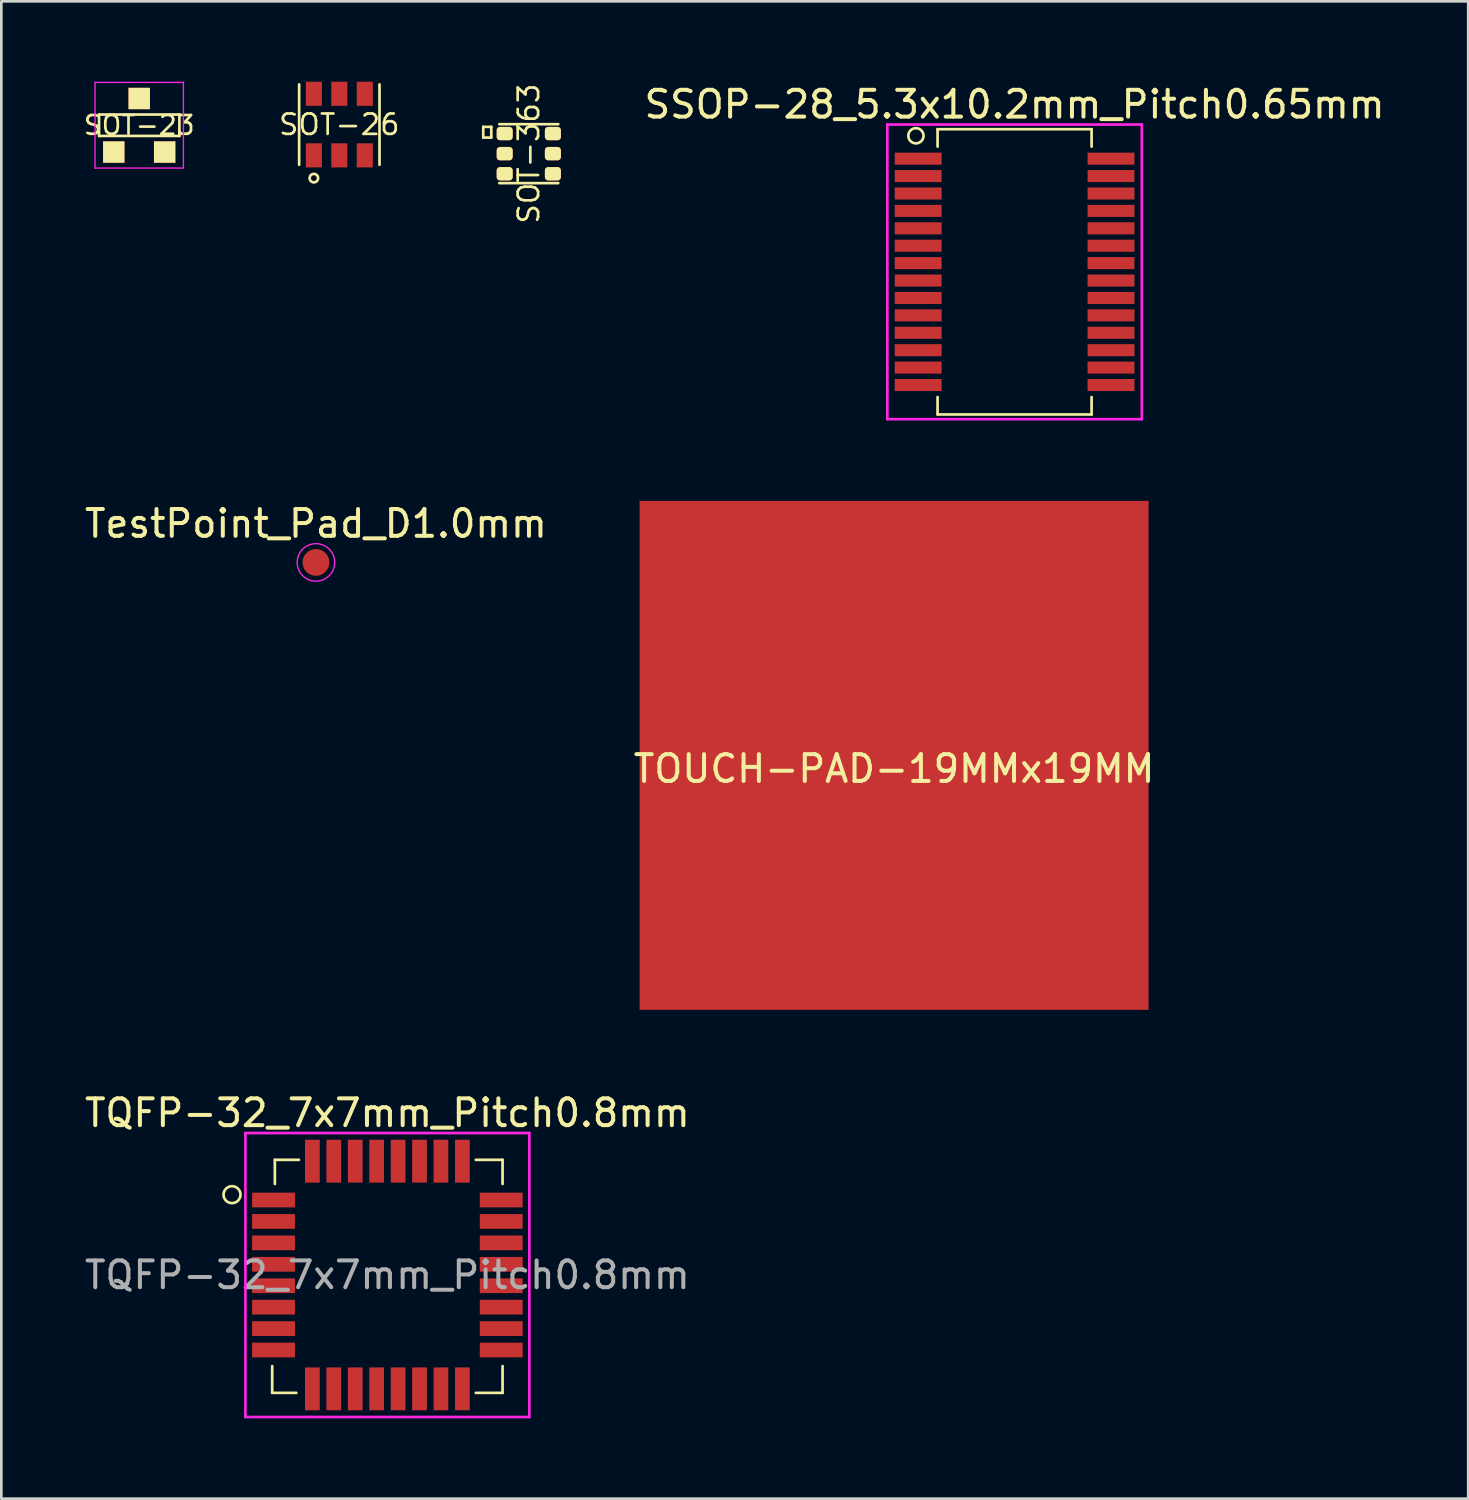
<source format=kicad_pcb>
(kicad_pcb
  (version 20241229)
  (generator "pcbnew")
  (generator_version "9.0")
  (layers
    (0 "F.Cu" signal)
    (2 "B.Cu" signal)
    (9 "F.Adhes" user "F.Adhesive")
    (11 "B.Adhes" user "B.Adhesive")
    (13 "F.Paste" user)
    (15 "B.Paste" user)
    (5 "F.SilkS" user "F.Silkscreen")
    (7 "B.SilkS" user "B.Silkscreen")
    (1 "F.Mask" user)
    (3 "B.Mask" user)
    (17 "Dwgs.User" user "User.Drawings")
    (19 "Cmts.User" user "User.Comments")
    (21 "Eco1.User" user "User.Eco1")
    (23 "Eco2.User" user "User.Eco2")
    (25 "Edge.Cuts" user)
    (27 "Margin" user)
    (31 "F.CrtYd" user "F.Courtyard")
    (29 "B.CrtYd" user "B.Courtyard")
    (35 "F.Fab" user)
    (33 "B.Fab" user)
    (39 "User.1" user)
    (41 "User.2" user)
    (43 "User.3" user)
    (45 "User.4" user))
  (footprint "TestPoint_Pad_D1.0mm"
    (layer "F.Cu")
    (at 8.744 17.945)
    (property "Reference" "TestPoint_Pad_D1.0mm" (at 0 -1.448 0) (layer "F.SilkS") (effects (font (size 1 1) (thickness 0.15))))
    (attr exclude_from_pos_files exclude_from_bom)
    (fp_circle (center 0 0) (end 0.7 0) (stroke (width 0.05) (type solid)) (fill no) (layer "F.CrtYd"))
    (pad "1" smd circle (at 0 0) (size 1 1) (layers "F.Cu" "F.Mask")))
  (footprint "SOT-23"
    (layer "F.Cu")
    (at 2.147 1.625)
    (property "Reference" "SOT-23" (at 0 0 0) (layer "F.SilkS") (effects (font (size 0.7 0.7) (thickness 0.1))))
    (attr smd)
    (fp_line (start -1.5 -0.4) (end 1.5 -0.4) (stroke (width 0.1) (type solid)) (layer "F.SilkS"))
    (fp_line (start -1.5 0.4) (end -1.5 -0.4) (stroke (width 0.1) (type solid)) (layer "F.SilkS"))
    (fp_line (start 1.5 -0.4) (end 1.5 0.4) (stroke (width 0.1) (type solid)) (layer "F.SilkS"))
    (fp_line (start 1.5 0.4) (end -1.5 0.4) (stroke (width 0.1) (type solid)) (layer "F.SilkS"))
    (fp_line (start -1.65 -1.6) (end 1.65 -1.6) (stroke (width 0.05) (type solid)) (layer "F.CrtYd"))
    (fp_line (start -1.65 1.6) (end -1.65 -1.6) (stroke (width 0.05) (type solid)) (layer "F.CrtYd"))
    (fp_line (start 1.65 -1.6) (end 1.65 1.6) (stroke (width 0.05) (type solid)) (layer "F.CrtYd"))
    (fp_line (start 1.65 1.6) (end -1.65 1.6) (stroke (width 0.05) (type solid)) (layer "F.CrtYd"))
    (pad "1" smd rect (at -0.95 1.001) (size 0.8 0.8) (layers "F.Cu" "F.Mask" "F.SilkS" "F.Paste"))
    (pad "2" smd rect (at 0.95 1.001) (size 0.8 0.8) (layers "F.Cu" "F.Mask" "F.SilkS" "F.Paste"))
    (pad "3" smd rect (at 0 -0.998) (size 0.8 0.8) (layers "F.Cu" "F.Mask" "F.SilkS" "F.Paste")))
  (footprint "TQFP-32_7x7mm_Pitch0.8mm"
    (layer "F.Cu")
    (at 11.411 44.547)
    (property "Reference" "TQFP-32_7x7mm_Pitch0.8mm" (at 0 -6.05 0) (layer "F.SilkS") (effects (font (size 1 1) (thickness 0.15))))
    (attr smd)
    (fp_line (start -4.3 3.4) (end -4.3 4.4) (stroke (width 0.1) (type solid)) (layer "F.SilkS"))
    (fp_line (start -4.2 -4.3) (end -3.3 -4.3) (stroke (width 0.1) (type solid)) (layer "F.SilkS"))
    (fp_line (start -4.2 -3.4) (end -4.2 -4.3) (stroke (width 0.1) (type solid)) (layer "F.SilkS"))
    (fp_line (start -3.4 4.4) (end -4.3 4.4) (stroke (width 0.1) (type solid)) (layer "F.SilkS"))
    (fp_line (start 3.3 4.4) (end 4.3 4.4) (stroke (width 0.1) (type solid)) (layer "F.SilkS"))
    (fp_line (start 4.3 -4.3) (end 3.3 -4.3) (stroke (width 0.1) (type solid)) (layer "F.SilkS"))
    (fp_line (start 4.3 -3.4) (end 4.3 -4.3) (stroke (width 0.1) (type solid)) (layer "F.SilkS"))
    (fp_line (start 4.3 3.4) (end 4.3 4.4) (stroke (width 0.1) (type solid)) (layer "F.SilkS"))
    (fp_circle (center -5.8 -3) (end -6.1 -3.1) (stroke (width 0.1) (type solid)) (fill no) (layer "F.SilkS"))
    (fp_line (start -5.3 -5.3) (end -5.3 5.3) (stroke (width 0.1) (type solid)) (layer "F.CrtYd"))
    (fp_line (start -5.3 -5.3) (end 5.3 -5.3) (stroke (width 0.1) (type solid)) (layer "F.CrtYd"))
    (fp_line (start -5.3 5.3) (end 5.3 5.3) (stroke (width 0.1) (type solid)) (layer "F.CrtYd"))
    (fp_line (start 5.3 -5.3) (end 5.3 5.3) (stroke (width 0.1) (type solid)) (layer "F.CrtYd"))
    (fp_text user "${REFERENCE}" (at 0 0 0) (layer "F.Fab") (effects (font (size 1 1) (thickness 0.15))))
    (pad "1" smd rect (at -4.25 -2.8) (size 1.6 0.55) (layers "F.Cu" "F.Mask" "F.Paste"))
    (pad "2" smd rect (at -4.25 -2) (size 1.6 0.55) (layers "F.Cu" "F.Mask" "F.Paste"))
    (pad "3" smd rect (at -4.25 -1.2) (size 1.6 0.55) (layers "F.Cu" "F.Mask" "F.Paste"))
    (pad "4" smd rect (at -4.25 -0.4) (size 1.6 0.55) (layers "F.Cu" "F.Mask" "F.Paste"))
    (pad "5" smd rect (at -4.25 0.4) (size 1.6 0.55) (layers "F.Cu" "F.Mask" "F.Paste"))
    (pad "6" smd rect (at -4.25 1.2) (size 1.6 0.55) (layers "F.Cu" "F.Mask" "F.Paste"))
    (pad "7" smd rect (at -4.25 2) (size 1.6 0.55) (layers "F.Cu" "F.Mask" "F.Paste"))
    (pad "8" smd rect (at -4.25 2.8) (size 1.6 0.55) (layers "F.Cu" "F.Mask" "F.Paste"))
    (pad "9" smd rect (at -2.8 4.25 90) (size 1.6 0.55) (layers "F.Cu" "F.Mask" "F.Paste"))
    (pad "10" smd rect (at -2 4.25 90) (size 1.6 0.55) (layers "F.Cu" "F.Mask" "F.Paste"))
    (pad "11" smd rect (at -1.2 4.25 90) (size 1.6 0.55) (layers "F.Cu" "F.Mask" "F.Paste"))
    (pad "12" smd rect (at -0.4 4.25 90) (size 1.6 0.55) (layers "F.Cu" "F.Mask" "F.Paste"))
    (pad "13" smd rect (at 0.4 4.25 90) (size 1.6 0.55) (layers "F.Cu" "F.Mask" "F.Paste"))
    (pad "14" smd rect (at 1.2 4.25 90) (size 1.6 0.55) (layers "F.Cu" "F.Mask" "F.Paste"))
    (pad "15" smd rect (at 2 4.25 90) (size 1.6 0.55) (layers "F.Cu" "F.Mask" "F.Paste"))
    (pad "16" smd rect (at 2.8 4.25 90) (size 1.6 0.55) (layers "F.Cu" "F.Mask" "F.Paste"))
    (pad "17" smd rect (at 4.25 2.8) (size 1.6 0.55) (layers "F.Cu" "F.Mask" "F.Paste"))
    (pad "18" smd rect (at 4.25 2) (size 1.6 0.55) (layers "F.Cu" "F.Mask" "F.Paste"))
    (pad "19" smd rect (at 4.25 1.2) (size 1.6 0.55) (layers "F.Cu" "F.Mask" "F.Paste"))
    (pad "20" smd rect (at 4.25 0.4) (size 1.6 0.55) (layers "F.Cu" "F.Mask" "F.Paste"))
    (pad "21" smd rect (at 4.25 -0.4) (size 1.6 0.55) (layers "F.Cu" "F.Mask" "F.Paste"))
    (pad "22" smd rect (at 4.25 -1.2) (size 1.6 0.55) (layers "F.Cu" "F.Mask" "F.Paste"))
    (pad "23" smd rect (at 4.25 -2) (size 1.6 0.55) (layers "F.Cu" "F.Mask" "F.Paste"))
    (pad "24" smd rect (at 4.25 -2.8) (size 1.6 0.55) (layers "F.Cu" "F.Mask" "F.Paste"))
    (pad "25" smd rect (at 2.8 -4.25 90) (size 1.6 0.55) (layers "F.Cu" "F.Mask" "F.Paste"))
    (pad "26" smd rect (at 2 -4.25 90) (size 1.6 0.55) (layers "F.Cu" "F.Mask" "F.Paste"))
    (pad "27" smd rect (at 1.2 -4.25 90) (size 1.6 0.55) (layers "F.Cu" "F.Mask" "F.Paste"))
    (pad "28" smd rect (at 0.4 -4.25 90) (size 1.6 0.55) (layers "F.Cu" "F.Mask" "F.Paste"))
    (pad "29" smd rect (at -0.4 -4.25 90) (size 1.6 0.55) (layers "F.Cu" "F.Mask" "F.Paste"))
    (pad "30" smd rect (at -1.2 -4.25 90) (size 1.6 0.55) (layers "F.Cu" "F.Mask" "F.Paste"))
    (pad "31" smd rect (at -2 -4.25 90) (size 1.6 0.55) (layers "F.Cu" "F.Mask" "F.Paste"))
    (pad "32" smd rect (at -2.8 -4.25 90) (size 1.6 0.55) (layers "F.Cu" "F.Mask" "F.Paste")))
  (footprint "SOT-363"
    (layer "F.Cu")
    (at 16.69 2.686)
    (property "Reference" "SOT-363" (at 0 0 90) (layer "F.SilkS") (effects (font (size 0.762 0.762) (thickness 0.1))))
    (attr through_hole)
    (fp_line (start -1.7 -1) (end -1.4 -1) (stroke (width 0.1) (type solid)) (layer "F.SilkS"))
    (fp_line (start -1.7 -0.6) (end -1.7 -1) (stroke (width 0.1) (type solid)) (layer "F.SilkS"))
    (fp_line (start -1.4 -1) (end -1.4 -0.6) (stroke (width 0.1) (type solid)) (layer "F.SilkS"))
    (fp_line (start -1.4 -0.6) (end -1.7 -0.6) (stroke (width 0.1) (type solid)) (layer "F.SilkS"))
    (fp_line (start -1.1 -1.1) (end 1.1 -1.1) (stroke (width 0.1) (type solid)) (layer "F.SilkS"))
    (fp_line (start -1.1 1.1) (end 1.1 1.1) (stroke (width 0.1) (type solid)) (layer "F.SilkS"))
    (pad "1" smd roundrect (at -0.9 -0.75) (size 0.6 0.5) (layers "F.Cu" "F.Mask" "F.SilkS" "F.Paste") (roundrect_rratio 0.25))
    (pad "2" smd roundrect (at -0.9 0) (size 0.6 0.5) (layers "F.Cu" "F.Mask" "F.SilkS" "F.Paste") (roundrect_rratio 0.25))
    (pad "3" smd roundrect (at -0.9 0.75) (size 0.6 0.5) (layers "F.Cu" "F.Mask" "F.SilkS" "F.Paste") (roundrect_rratio 0.25))
    (pad "4" smd roundrect (at 0.9 0.75) (size 0.6 0.5) (layers "F.Cu" "F.Mask" "F.SilkS" "F.Paste") (roundrect_rratio 0.25))
    (pad "5" smd roundrect (at 0.9 0) (size 0.6 0.5) (layers "F.Cu" "F.Mask" "F.SilkS" "F.Paste") (roundrect_rratio 0.25))
    (pad "6" smd roundrect (at 0.9 -0.75) (size 0.6 0.5) (layers "F.Cu" "F.Mask" "F.SilkS" "F.Paste") (roundrect_rratio 0.25)))
  (footprint "TOUCH-PAD-19MMx19MM"
    (layer "F.Cu")
    (at 30.327 25.148)
    (property "Reference" "TOUCH-PAD-19MMx19MM" (at 0 0.5 0) (layer "F.SilkS") (effects (font (size 1 1) (thickness 0.15))))
    (attr through_hole)
    (pad "1" smd rect (at 0 0) (size 19 19) (layers "F.Cu" "F.Mask")))
  (footprint "SOT-26"
    (layer "F.Cu")
    (at 9.617 1.6)
    (property "Reference" "SOT-26" (at 0 0 0) (layer "F.SilkS") (effects (font (size 0.762 0.762) (thickness 0.1))))
    (attr through_hole)
    (fp_line (start -1.5 -1.5) (end -1.5 1.5) (stroke (width 0.1) (type solid)) (layer "F.SilkS"))
    (fp_line (start 1.5 -1.5) (end 1.5 1.5) (stroke (width 0.1) (type solid)) (layer "F.SilkS"))
    (fp_circle (center -0.95 2) (end -0.9 2.15) (stroke (width 0.1) (type solid)) (fill no) (layer "F.SilkS"))
    (pad "1" smd rect (at -0.95 1.15) (size 0.6 0.9) (layers "F.Cu" "F.Mask" "F.Paste"))
    (pad "2" smd rect (at 0 1.15) (size 0.6 0.9) (layers "F.Cu" "F.Mask" "F.Paste"))
    (pad "3" smd rect (at 0.95 1.15) (size 0.6 0.9) (layers "F.Cu" "F.Mask" "F.Paste"))
    (pad "4" smd rect (at 0.95 -1.15) (size 0.6 0.9) (layers "F.Cu" "F.Mask" "F.Paste"))
    (pad "5" smd rect (at 0 -1.15) (size 0.6 0.9) (layers "F.Cu" "F.Mask" "F.Paste"))
    (pad "6" smd rect (at -0.95 -1.15) (size 0.6 0.9) (layers "F.Cu" "F.Mask" "F.Paste")))
  (footprint "SSOP-28_5.3x10.2mm_Pitch0.65mm"
    (layer "F.Cu")
    (at 34.825 7.098)
    (property "Reference" "SSOP-28_5.3x10.2mm_Pitch0.65mm" (at 0 -6.25 0) (layer "F.SilkS") (effects (font (size 1 1) (thickness 0.15))))
    (attr smd)
    (fp_line (start -2.875 -5.325) (end -2.875 -4.675) (stroke (width 0.1) (type solid)) (layer "F.SilkS"))
    (fp_line (start -2.875 -5.325) (end 2.875 -5.325) (stroke (width 0.1) (type solid)) (layer "F.SilkS"))
    (fp_line (start -2.875 5.325) (end -2.875 4.675) (stroke (width 0.1) (type solid)) (layer "F.SilkS"))
    (fp_line (start -2.875 5.325) (end 2.875 5.325) (stroke (width 0.1) (type solid)) (layer "F.SilkS"))
    (fp_line (start 2.875 -5.325) (end 2.875 -4.675) (stroke (width 0.1) (type solid)) (layer "F.SilkS"))
    (fp_line (start 2.875 5.325) (end 2.875 4.675) (stroke (width 0.1) (type solid)) (layer "F.SilkS"))
    (fp_circle (center -3.683 -5.08) (end -3.937 -5.207) (stroke (width 0.1) (type solid)) (fill no) (layer "F.SilkS"))
    (fp_line (start -4.75 -5.5) (end -4.75 5.5) (stroke (width 0.1) (type solid)) (layer "F.CrtYd"))
    (fp_line (start -4.75 -5.5) (end 4.75 -5.5) (stroke (width 0.1) (type solid)) (layer "F.CrtYd"))
    (fp_line (start -4.75 5.5) (end 4.75 5.5) (stroke (width 0.1) (type solid)) (layer "F.CrtYd"))
    (fp_line (start 4.75 -5.5) (end 4.75 5.5) (stroke (width 0.1) (type solid)) (layer "F.CrtYd"))
    (pad "1" smd rect (at -3.6 -4.225) (size 1.75 0.45) (layers "F.Cu" "F.Mask" "F.Paste"))
    (pad "2" smd rect (at -3.6 -3.575) (size 1.75 0.45) (layers "F.Cu" "F.Mask" "F.Paste"))
    (pad "3" smd rect (at -3.6 -2.925) (size 1.75 0.45) (layers "F.Cu" "F.Mask" "F.Paste"))
    (pad "4" smd rect (at -3.6 -2.275) (size 1.75 0.45) (layers "F.Cu" "F.Mask" "F.Paste"))
    (pad "5" smd rect (at -3.6 -1.625) (size 1.75 0.45) (layers "F.Cu" "F.Mask" "F.Paste"))
    (pad "6" smd rect (at -3.6 -0.975) (size 1.75 0.45) (layers "F.Cu" "F.Mask" "F.Paste"))
    (pad "7" smd rect (at -3.6 -0.325) (size 1.75 0.45) (layers "F.Cu" "F.Mask" "F.Paste"))
    (pad "8" smd rect (at -3.6 0.325) (size 1.75 0.45) (layers "F.Cu" "F.Mask" "F.Paste"))
    (pad "9" smd rect (at -3.6 0.975) (size 1.75 0.45) (layers "F.Cu" "F.Mask" "F.Paste"))
    (pad "10" smd rect (at -3.6 1.625) (size 1.75 0.45) (layers "F.Cu" "F.Mask" "F.Paste"))
    (pad "11" smd rect (at -3.6 2.275) (size 1.75 0.45) (layers "F.Cu" "F.Mask" "F.Paste"))
    (pad "12" smd rect (at -3.6 2.925) (size 1.75 0.45) (layers "F.Cu" "F.Mask" "F.Paste"))
    (pad "13" smd rect (at -3.6 3.575) (size 1.75 0.45) (layers "F.Cu" "F.Mask" "F.Paste"))
    (pad "14" smd rect (at -3.6 4.225) (size 1.75 0.45) (layers "F.Cu" "F.Mask" "F.Paste"))
    (pad "15" smd rect (at 3.6 4.225) (size 1.75 0.45) (layers "F.Cu" "F.Mask" "F.Paste"))
    (pad "16" smd rect (at 3.6 3.575) (size 1.75 0.45) (layers "F.Cu" "F.Mask" "F.Paste"))
    (pad "17" smd rect (at 3.6 2.925) (size 1.75 0.45) (layers "F.Cu" "F.Mask" "F.Paste"))
    (pad "18" smd rect (at 3.6 2.275) (size 1.75 0.45) (layers "F.Cu" "F.Mask" "F.Paste"))
    (pad "19" smd rect (at 3.6 1.625) (size 1.75 0.45) (layers "F.Cu" "F.Mask" "F.Paste"))
    (pad "20" smd rect (at 3.6 0.975) (size 1.75 0.45) (layers "F.Cu" "F.Mask" "F.Paste"))
    (pad "21" smd rect (at 3.6 0.325) (size 1.75 0.45) (layers "F.Cu" "F.Mask" "F.Paste"))
    (pad "22" smd rect (at 3.6 -0.325) (size 1.75 0.45) (layers "F.Cu" "F.Mask" "F.Paste"))
    (pad "23" smd rect (at 3.6 -0.975) (size 1.75 0.45) (layers "F.Cu" "F.Mask" "F.Paste"))
    (pad "24" smd rect (at 3.6 -1.625) (size 1.75 0.45) (layers "F.Cu" "F.Mask" "F.Paste"))
    (pad "25" smd rect (at 3.6 -2.275) (size 1.75 0.45) (layers "F.Cu" "F.Mask" "F.Paste"))
    (pad "26" smd rect (at 3.6 -2.925) (size 1.75 0.45) (layers "F.Cu" "F.Mask" "F.Paste"))
    (pad "27" smd rect (at 3.6 -3.575) (size 1.75 0.45) (layers "F.Cu" "F.Mask" "F.Paste"))
    (pad "28" smd rect (at 3.6 -4.225) (size 1.75 0.45) (layers "F.Cu" "F.Mask" "F.Paste")))
  (gr_rect
    (start -3 -3)
    (end 51.759 52.897)
    (stroke (width 0.1) (type default))
    (fill no)
    (layer "Edge.Cuts")))
</source>
